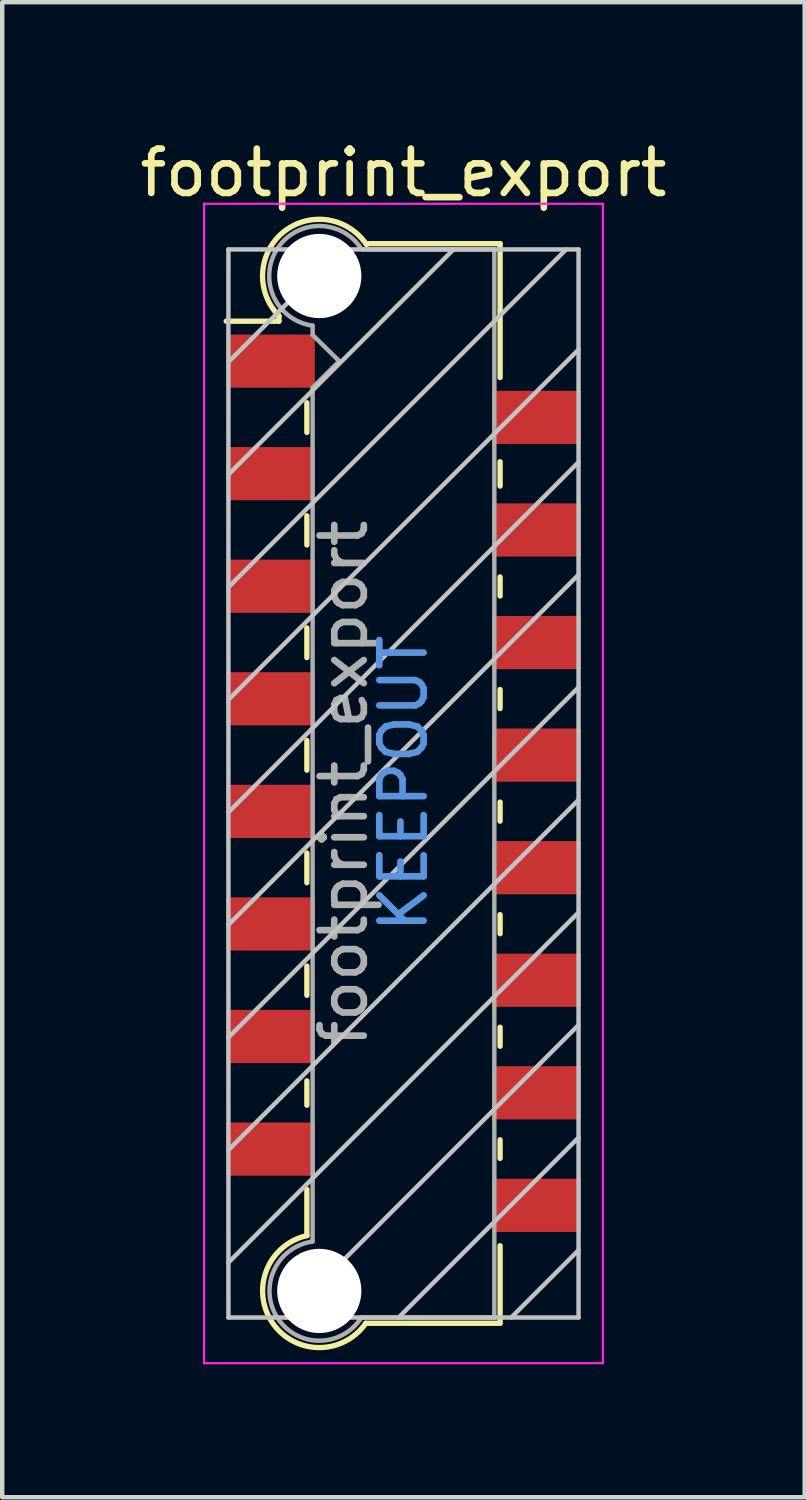
<source format=kicad_pcb>
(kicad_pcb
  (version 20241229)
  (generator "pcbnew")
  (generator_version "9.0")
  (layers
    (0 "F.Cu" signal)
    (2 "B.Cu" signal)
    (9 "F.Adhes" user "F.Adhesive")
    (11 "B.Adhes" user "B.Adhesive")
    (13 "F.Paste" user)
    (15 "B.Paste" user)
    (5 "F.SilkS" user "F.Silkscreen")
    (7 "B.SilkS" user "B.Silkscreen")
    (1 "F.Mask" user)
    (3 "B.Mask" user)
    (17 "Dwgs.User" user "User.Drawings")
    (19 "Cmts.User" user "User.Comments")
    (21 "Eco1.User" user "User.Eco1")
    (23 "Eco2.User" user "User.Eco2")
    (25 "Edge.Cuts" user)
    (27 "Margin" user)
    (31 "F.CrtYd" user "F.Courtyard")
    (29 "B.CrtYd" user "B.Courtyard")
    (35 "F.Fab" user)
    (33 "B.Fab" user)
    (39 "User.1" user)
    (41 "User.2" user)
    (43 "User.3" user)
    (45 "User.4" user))
  (footprint "footprint_export"
    (layer "F.Cu")
    (at 6.054 14.628)
    (property "Reference" "footprint_export" (at 0 -13.78 0) (layer "F.SilkS") (effects (font (size 1 1) (thickness 0.15))))
    (attr smd)
    (fp_line (start -2.81 -10.55) (end -2.81 -10.43) (stroke (width 0.12) (type solid)) (layer "F.SilkS"))
    (fp_line (start -2.81 -10.43) (end -4 -10.43) (stroke (width 0.12) (type solid)) (layer "F.SilkS"))
    (fp_line (start -2.18 -7.92) (end -2.18 -8.59) (stroke (width 0.12) (type solid)) (layer "F.SilkS"))
    (fp_line (start -2.18 -5.38) (end -2.18 -6.04) (stroke (width 0.12) (type solid)) (layer "F.SilkS"))
    (fp_line (start -2.18 -2.84) (end -2.18 -3.51) (stroke (width 0.12) (type solid)) (layer "F.SilkS"))
    (fp_line (start -2.18 -0.3) (end -2.18 -0.97) (stroke (width 0.12) (type solid)) (layer "F.SilkS"))
    (fp_line (start -2.18 2.24) (end -2.18 1.57) (stroke (width 0.12) (type solid)) (layer "F.SilkS"))
    (fp_line (start -2.18 4.78) (end -2.18 4.12) (stroke (width 0.12) (type solid)) (layer "F.SilkS"))
    (fp_line (start -2.18 7.26) (end -2.18 6.71) (stroke (width 0.12) (type solid)) (layer "F.SilkS"))
    (fp_line (start -2.18 10.2) (end -2.18 9.16) (stroke (width 0.12) (type solid)) (layer "F.SilkS"))
    (fp_line (start 2.18 -12.18) (end -0.82 -12.18) (stroke (width 0.12) (type solid)) (layer "F.SilkS"))
    (fp_line (start 2.18 -12.18) (end 2.18 -9.16) (stroke (width 0.12) (type solid)) (layer "F.SilkS"))
    (fp_line (start 2.18 -7.26) (end 2.18 -6.71) (stroke (width 0.12) (type solid)) (layer "F.SilkS"))
    (fp_line (start 2.18 -4.66) (end 2.18 -4.23) (stroke (width 0.12) (type solid)) (layer "F.SilkS"))
    (fp_line (start 2.18 -2.12) (end 2.18 -1.69) (stroke (width 0.12) (type solid)) (layer "F.SilkS"))
    (fp_line (start 2.18 0.42) (end 2.18 0.85) (stroke (width 0.12) (type solid)) (layer "F.SilkS"))
    (fp_line (start 2.18 2.96) (end 2.18 3.39) (stroke (width 0.12) (type solid)) (layer "F.SilkS"))
    (fp_line (start 2.18 5.5) (end 2.18 5.93) (stroke (width 0.12) (type solid)) (layer "F.SilkS"))
    (fp_line (start 2.18 8.04) (end 2.18 8.46) (stroke (width 0.12) (type solid)) (layer "F.SilkS"))
    (fp_line (start 2.18 10.43) (end 2.18 12.18) (stroke (width 0.12) (type solid)) (layer "F.SilkS"))
    (fp_line (start 2.18 12.18) (end -0.85 12.18) (stroke (width 0.12) (type solid)) (layer "F.SilkS"))
    (fp_arc (start -2.81 -10.55) (mid -2.708637 -12.442072) (end -0.834991 -12.159828) (stroke (width 0.12) (type solid)) (layer "F.SilkS"))
    (fp_arc (start -0.85 12.18) (mid -2.962791 12.161248) (end -2.174424 10.200964) (stroke (width 0.12) (type solid)) (layer "F.SilkS"))
    (fp_line (start -3.95 -12.05) (end -3.95 12.05) (stroke (width 0.1) (type solid)) (layer "Dwgs.User"))
    (fp_line (start -3.95 -9.51) (end -1.41 -12.05) (stroke (width 0.1) (type solid)) (layer "Dwgs.User"))
    (fp_line (start -3.95 -6.97) (end 1.13 -12.05) (stroke (width 0.1) (type solid)) (layer "Dwgs.User"))
    (fp_line (start -3.95 -4.43) (end 3.67 -12.05) (stroke (width 0.1) (type solid)) (layer "Dwgs.User"))
    (fp_line (start -3.95 -1.89) (end 3.95 -9.79) (stroke (width 0.1) (type solid)) (layer "Dwgs.User"))
    (fp_line (start -3.95 0.65) (end 3.95 -7.25) (stroke (width 0.1) (type solid)) (layer "Dwgs.User"))
    (fp_line (start -3.95 3.19) (end 3.95 -4.71) (stroke (width 0.1) (type solid)) (layer "Dwgs.User"))
    (fp_line (start -3.95 5.73) (end 3.95 -2.17) (stroke (width 0.1) (type solid)) (layer "Dwgs.User"))
    (fp_line (start -3.95 8.27) (end 3.95 0.37) (stroke (width 0.1) (type solid)) (layer "Dwgs.User"))
    (fp_line (start -3.95 10.81) (end 3.95 2.91) (stroke (width 0.1) (type solid)) (layer "Dwgs.User"))
    (fp_line (start -3.95 12.05) (end 3.95 12.05) (stroke (width 0.1) (type solid)) (layer "Dwgs.User"))
    (fp_line (start -2.65 12.05) (end 3.95 5.45) (stroke (width 0.1) (type solid)) (layer "Dwgs.User"))
    (fp_line (start -0.11 12.05) (end 3.95 7.99) (stroke (width 0.1) (type solid)) (layer "Dwgs.User"))
    (fp_line (start 2.43 12.05) (end 3.95 10.53) (stroke (width 0.1) (type solid)) (layer "Dwgs.User"))
    (fp_line (start 3.95 -12.05) (end -3.95 -12.05) (stroke (width 0.1) (type solid)) (layer "Dwgs.User"))
    (fp_line (start 3.95 12.05) (end 3.95 -12.05) (stroke (width 0.1) (type solid)) (layer "Dwgs.User"))
    (fp_line (start -4.5 -13.08) (end -4.5 13.08) (stroke (width 0.05) (type solid)) (layer "F.CrtYd"))
    (fp_line (start -4.5 13.08) (end 4.5 13.08) (stroke (width 0.05) (type solid)) (layer "F.CrtYd"))
    (fp_line (start 4.5 -13.08) (end -4.5 -13.08) (stroke (width 0.05) (type solid)) (layer "F.CrtYd"))
    (fp_line (start 4.5 13.08) (end 4.5 -13.08) (stroke (width 0.05) (type solid)) (layer "F.CrtYd"))
    (fp_line (start -2.05 -10.12) (end -2.05 -10.33) (stroke (width 0.1) (type solid)) (layer "F.Fab"))
    (fp_line (start -2.05 -8.93) (end -1.45 -9.53) (stroke (width 0.1) (type solid)) (layer "F.Fab"))
    (fp_line (start -2.05 10.33) (end -2.05 -8.93) (stroke (width 0.1) (type solid)) (layer "F.Fab"))
    (fp_line (start -1.45 -9.53) (end -2.05 -10.12) (stroke (width 0.1) (type solid)) (layer "F.Fab"))
    (fp_line (start 2.05 -12.05) (end -0.93 -12.05) (stroke (width 0.1) (type solid)) (layer "F.Fab"))
    (fp_line (start 2.05 -12.05) (end 2.05 12.05) (stroke (width 0.1) (type solid)) (layer "F.Fab"))
    (fp_line (start 2.05 12.05) (end -0.95 12.05) (stroke (width 0.1) (type solid)) (layer "F.Fab"))
    (fp_arc (start -2.05 -10.33) (mid -2.851672 -12.059279) (end -0.945612 -12.055015) (stroke (width 0.1) (type solid)) (layer "F.Fab"))
    (fp_arc (start -0.95 12.05) (mid -2.845272 12.057422) (end -2.051022 10.336585) (stroke (width 0.1) (type solid)) (layer "F.Fab"))
    (fp_text user "KEEPOUT" (at 0 0 90) (layer "Cmts.User") (effects (font (size 1 1) (thickness 0.15))))
    (fp_text user "${REFERENCE}" (at -1.35 0 90) (layer "F.Fab") (effects (font (size 1 1) (thickness 0.15))))
    (pad "" np_thru_hole circle (at -1.9 -11.45) (size 1.9 1.9) (drill 1.9) (layers "*.Cu" "*.Mask"))
    (pad "" np_thru_hole circle (at -1.9 11.45) (size 1.9 1.9) (drill 1.9) (layers "*.Cu" "*.Mask"))
    (pad "1" smd rect (at -3 -9.53) (size 2 1.2) (layers "F.Cu" "F.Mask" "F.Paste"))
    (pad "2" smd rect (at 3 -8.26) (size 2 1.2) (layers "F.Cu" "F.Mask" "F.Paste"))
    (pad "3" smd rect (at -3 -6.99) (size 2 1.2) (layers "F.Cu" "F.Mask" "F.Paste"))
    (pad "4" smd rect (at 3 -5.72) (size 2 1.2) (layers "F.Cu" "F.Mask" "F.Paste"))
    (pad "5" smd rect (at -3 -4.45) (size 2 1.2) (layers "F.Cu" "F.Mask" "F.Paste"))
    (pad "6" smd rect (at 3 -3.18) (size 2 1.2) (layers "F.Cu" "F.Mask" "F.Paste"))
    (pad "7" smd rect (at -3 -1.91) (size 2 1.2) (layers "F.Cu" "F.Mask" "F.Paste"))
    (pad "8" smd rect (at 3 -0.64) (size 2 1.2) (layers "F.Cu" "F.Mask" "F.Paste"))
    (pad "9" smd rect (at -3 0.63) (size 2 1.2) (layers "F.Cu" "F.Mask" "F.Paste"))
    (pad "10" smd rect (at 3 1.9) (size 2 1.2) (layers "F.Cu" "F.Mask" "F.Paste"))
    (pad "11" smd rect (at -3 3.17) (size 2 1.2) (layers "F.Cu" "F.Mask" "F.Paste"))
    (pad "12" smd rect (at 3 4.44) (size 2 1.2) (layers "F.Cu" "F.Mask" "F.Paste"))
    (pad "13" smd rect (at -3 5.71) (size 2 1.2) (layers "F.Cu" "F.Mask" "F.Paste"))
    (pad "14" smd rect (at 3 6.98) (size 2 1.2) (layers "F.Cu" "F.Mask" "F.Paste"))
    (pad "15" smd rect (at -3 8.25) (size 2 1.2) (layers "F.Cu" "F.Mask" "F.Paste"))
    (pad "16" smd rect (at 3 9.52) (size 2 1.2) (layers "F.Cu" "F.Mask" "F.Paste")))
  (gr_rect
    (start -3 -3)
    (end 15.107 30.733)
    (stroke (width 0.1) (type default))
    (fill no)
    (layer "Edge.Cuts")))
</source>
